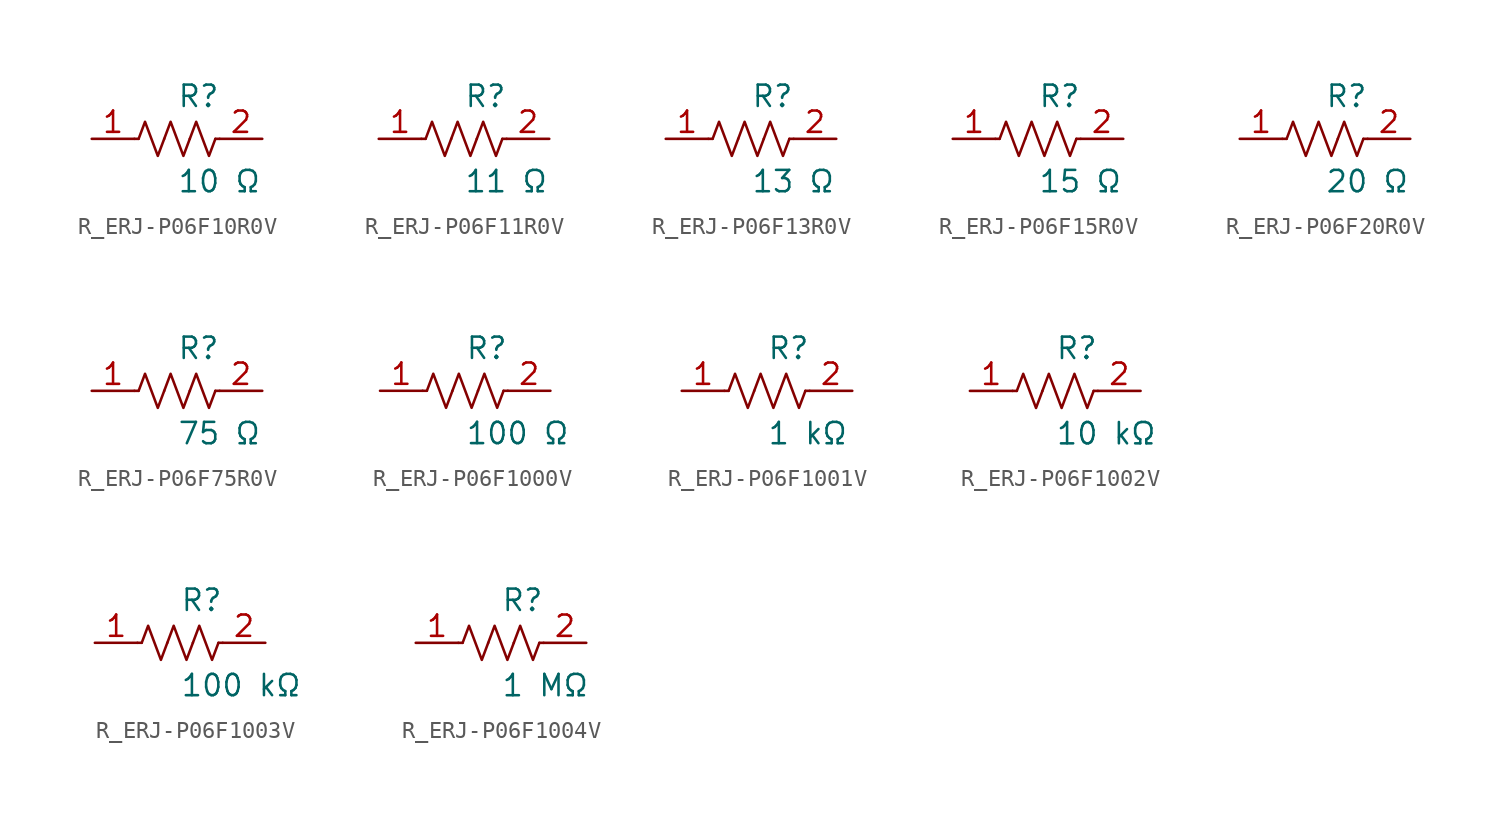
<source format=kicad_sym>
(kicad_symbol_lib
  (version 20231120)
  (generator kicad_symbol_editor)
  (generator_version 8.0)
  (symbol "R_ERJ-P06F10R0V"
    (pin_names
      (offset 0.254))
    (property "Reference" "R"
      (at 0.0 2.54 0)
      (effects (font (size 1.27 1.27)) (justify left)))
    (property "Value" "10 Ω"
      (at 0.0 -2.54 0)
      (effects (font (size 1.27 1.27)) (justify left)))
    (symbol "R_ERJ-P06F10R0V_0_1"
      (polyline (pts (xy 2.286 0) (xy 2.54 0)) (stroke (width 0) (type default)) (fill (type none)))
      (polyline (pts (xy -2.286 0) (xy -2.54 0)) (stroke (width 0) (type default)) (fill (type none)))
      (polyline (pts (xy 0.762 0) (xy 1.143 1.016) (xy 1.524 0) (xy 1.905 -1.016) (xy 2.286 0)) (stroke (width 0) (type default)) (fill (type none)))
      (polyline (pts (xy -0.762 0) (xy -0.381 1.016) (xy 0 0) (xy 0.381 -1.016) (xy 0.762 0)) (stroke (width 0) (type default)) (fill (type none)))
      (polyline (pts (xy -2.286 0) (xy -1.905 1.016) (xy -1.524 0) (xy -1.143 -1.016) (xy -0.762 0)) (stroke (width 0) (type default)) (fill (type none))))
    (pin unspecified line
      (at -5.08 0 0)
      (length 2.54)
      (name "" (effects (font (size 1.27 1.27))))
      (number "1" (effects (font (size 1.27 1.27)))))
    (pin unspecified line
      (at 5.08 0 180)
      (length 2.54)
      (name "" (effects (font (size 1.27 1.27))))
      (number "2" (effects (font (size 1.27 1.27))))))
  (symbol "R_ERJ-P06F11R0V"
    (pin_names
      (offset 0.254))
    (property "Reference" "R"
      (at 0.0 2.54 0)
      (effects (font (size 1.27 1.27)) (justify left)))
    (property "Value" "11 Ω"
      (at 0.0 -2.54 0)
      (effects (font (size 1.27 1.27)) (justify left)))
    (symbol "R_ERJ-P06F11R0V_0_1"
      (polyline (pts (xy 2.286 0) (xy 2.54 0)) (stroke (width 0) (type default)) (fill (type none)))
      (polyline (pts (xy -2.286 0) (xy -2.54 0)) (stroke (width 0) (type default)) (fill (type none)))
      (polyline (pts (xy 0.762 0) (xy 1.143 1.016) (xy 1.524 0) (xy 1.905 -1.016) (xy 2.286 0)) (stroke (width 0) (type default)) (fill (type none)))
      (polyline (pts (xy -0.762 0) (xy -0.381 1.016) (xy 0 0) (xy 0.381 -1.016) (xy 0.762 0)) (stroke (width 0) (type default)) (fill (type none)))
      (polyline (pts (xy -2.286 0) (xy -1.905 1.016) (xy -1.524 0) (xy -1.143 -1.016) (xy -0.762 0)) (stroke (width 0) (type default)) (fill (type none))))
    (pin unspecified line
      (at -5.08 0 0)
      (length 2.54)
      (name "" (effects (font (size 1.27 1.27))))
      (number "1" (effects (font (size 1.27 1.27)))))
    (pin unspecified line
      (at 5.08 0 180)
      (length 2.54)
      (name "" (effects (font (size 1.27 1.27))))
      (number "2" (effects (font (size 1.27 1.27))))))
  (symbol "R_ERJ-P06F13R0V"
    (pin_names
      (offset 0.254))
    (property "Reference" "R"
      (at 0.0 2.54 0)
      (effects (font (size 1.27 1.27)) (justify left)))
    (property "Value" "13 Ω"
      (at 0.0 -2.54 0)
      (effects (font (size 1.27 1.27)) (justify left)))
    (symbol "R_ERJ-P06F13R0V_0_1"
      (polyline (pts (xy 2.286 0) (xy 2.54 0)) (stroke (width 0) (type default)) (fill (type none)))
      (polyline (pts (xy -2.286 0) (xy -2.54 0)) (stroke (width 0) (type default)) (fill (type none)))
      (polyline (pts (xy 0.762 0) (xy 1.143 1.016) (xy 1.524 0) (xy 1.905 -1.016) (xy 2.286 0)) (stroke (width 0) (type default)) (fill (type none)))
      (polyline (pts (xy -0.762 0) (xy -0.381 1.016) (xy 0 0) (xy 0.381 -1.016) (xy 0.762 0)) (stroke (width 0) (type default)) (fill (type none)))
      (polyline (pts (xy -2.286 0) (xy -1.905 1.016) (xy -1.524 0) (xy -1.143 -1.016) (xy -0.762 0)) (stroke (width 0) (type default)) (fill (type none))))
    (pin unspecified line
      (at -5.08 0 0)
      (length 2.54)
      (name "" (effects (font (size 1.27 1.27))))
      (number "1" (effects (font (size 1.27 1.27)))))
    (pin unspecified line
      (at 5.08 0 180)
      (length 2.54)
      (name "" (effects (font (size 1.27 1.27))))
      (number "2" (effects (font (size 1.27 1.27))))))
  (symbol "R_ERJ-P06F15R0V"
    (pin_names
      (offset 0.254))
    (property "Reference" "R"
      (at 0.0 2.54 0)
      (effects (font (size 1.27 1.27)) (justify left)))
    (property "Value" "15 Ω"
      (at 0.0 -2.54 0)
      (effects (font (size 1.27 1.27)) (justify left)))
    (symbol "R_ERJ-P06F15R0V_0_1"
      (polyline (pts (xy 2.286 0) (xy 2.54 0)) (stroke (width 0) (type default)) (fill (type none)))
      (polyline (pts (xy -2.286 0) (xy -2.54 0)) (stroke (width 0) (type default)) (fill (type none)))
      (polyline (pts (xy 0.762 0) (xy 1.143 1.016) (xy 1.524 0) (xy 1.905 -1.016) (xy 2.286 0)) (stroke (width 0) (type default)) (fill (type none)))
      (polyline (pts (xy -0.762 0) (xy -0.381 1.016) (xy 0 0) (xy 0.381 -1.016) (xy 0.762 0)) (stroke (width 0) (type default)) (fill (type none)))
      (polyline (pts (xy -2.286 0) (xy -1.905 1.016) (xy -1.524 0) (xy -1.143 -1.016) (xy -0.762 0)) (stroke (width 0) (type default)) (fill (type none))))
    (pin unspecified line
      (at -5.08 0 0)
      (length 2.54)
      (name "" (effects (font (size 1.27 1.27))))
      (number "1" (effects (font (size 1.27 1.27)))))
    (pin unspecified line
      (at 5.08 0 180)
      (length 2.54)
      (name "" (effects (font (size 1.27 1.27))))
      (number "2" (effects (font (size 1.27 1.27))))))
  (symbol "R_ERJ-P06F20R0V"
    (pin_names
      (offset 0.254))
    (property "Reference" "R"
      (at 0.0 2.54 0)
      (effects (font (size 1.27 1.27)) (justify left)))
    (property "Value" "20 Ω"
      (at 0.0 -2.54 0)
      (effects (font (size 1.27 1.27)) (justify left)))
    (symbol "R_ERJ-P06F20R0V_0_1"
      (polyline (pts (xy 2.286 0) (xy 2.54 0)) (stroke (width 0) (type default)) (fill (type none)))
      (polyline (pts (xy -2.286 0) (xy -2.54 0)) (stroke (width 0) (type default)) (fill (type none)))
      (polyline (pts (xy 0.762 0) (xy 1.143 1.016) (xy 1.524 0) (xy 1.905 -1.016) (xy 2.286 0)) (stroke (width 0) (type default)) (fill (type none)))
      (polyline (pts (xy -0.762 0) (xy -0.381 1.016) (xy 0 0) (xy 0.381 -1.016) (xy 0.762 0)) (stroke (width 0) (type default)) (fill (type none)))
      (polyline (pts (xy -2.286 0) (xy -1.905 1.016) (xy -1.524 0) (xy -1.143 -1.016) (xy -0.762 0)) (stroke (width 0) (type default)) (fill (type none))))
    (pin unspecified line
      (at -5.08 0 0)
      (length 2.54)
      (name "" (effects (font (size 1.27 1.27))))
      (number "1" (effects (font (size 1.27 1.27)))))
    (pin unspecified line
      (at 5.08 0 180)
      (length 2.54)
      (name "" (effects (font (size 1.27 1.27))))
      (number "2" (effects (font (size 1.27 1.27))))))
  (symbol "R_ERJ-P06F75R0V"
    (pin_names
      (offset 0.254))
    (property "Reference" "R"
      (at 0.0 2.54 0)
      (effects (font (size 1.27 1.27)) (justify left)))
    (property "Value" "75 Ω"
      (at 0.0 -2.54 0)
      (effects (font (size 1.27 1.27)) (justify left)))
    (symbol "R_ERJ-P06F75R0V_0_1"
      (polyline (pts (xy 2.286 0) (xy 2.54 0)) (stroke (width 0) (type default)) (fill (type none)))
      (polyline (pts (xy -2.286 0) (xy -2.54 0)) (stroke (width 0) (type default)) (fill (type none)))
      (polyline (pts (xy 0.762 0) (xy 1.143 1.016) (xy 1.524 0) (xy 1.905 -1.016) (xy 2.286 0)) (stroke (width 0) (type default)) (fill (type none)))
      (polyline (pts (xy -0.762 0) (xy -0.381 1.016) (xy 0 0) (xy 0.381 -1.016) (xy 0.762 0)) (stroke (width 0) (type default)) (fill (type none)))
      (polyline (pts (xy -2.286 0) (xy -1.905 1.016) (xy -1.524 0) (xy -1.143 -1.016) (xy -0.762 0)) (stroke (width 0) (type default)) (fill (type none))))
    (pin unspecified line
      (at -5.08 0 0)
      (length 2.54)
      (name "" (effects (font (size 1.27 1.27))))
      (number "1" (effects (font (size 1.27 1.27)))))
    (pin unspecified line
      (at 5.08 0 180)
      (length 2.54)
      (name "" (effects (font (size 1.27 1.27))))
      (number "2" (effects (font (size 1.27 1.27))))))
  (symbol "R_ERJ-P06F1000V"
    (pin_names
      (offset 0.254))
    (property "Reference" "R"
      (at 0.0 2.54 0)
      (effects (font (size 1.27 1.27)) (justify left)))
    (property "Value" "100 Ω"
      (at 0.0 -2.54 0)
      (effects (font (size 1.27 1.27)) (justify left)))
    (symbol "R_ERJ-P06F1000V_0_1"
      (polyline (pts (xy 2.286 0) (xy 2.54 0)) (stroke (width 0) (type default)) (fill (type none)))
      (polyline (pts (xy -2.286 0) (xy -2.54 0)) (stroke (width 0) (type default)) (fill (type none)))
      (polyline (pts (xy 0.762 0) (xy 1.143 1.016) (xy 1.524 0) (xy 1.905 -1.016) (xy 2.286 0)) (stroke (width 0) (type default)) (fill (type none)))
      (polyline (pts (xy -0.762 0) (xy -0.381 1.016) (xy 0 0) (xy 0.381 -1.016) (xy 0.762 0)) (stroke (width 0) (type default)) (fill (type none)))
      (polyline (pts (xy -2.286 0) (xy -1.905 1.016) (xy -1.524 0) (xy -1.143 -1.016) (xy -0.762 0)) (stroke (width 0) (type default)) (fill (type none))))
    (pin unspecified line
      (at -5.08 0 0)
      (length 2.54)
      (name "" (effects (font (size 1.27 1.27))))
      (number "1" (effects (font (size 1.27 1.27)))))
    (pin unspecified line
      (at 5.08 0 180)
      (length 2.54)
      (name "" (effects (font (size 1.27 1.27))))
      (number "2" (effects (font (size 1.27 1.27))))))
  (symbol "R_ERJ-P06F1001V"
    (pin_names
      (offset 0.254))
    (property "Reference" "R"
      (at 0.0 2.54 0)
      (effects (font (size 1.27 1.27)) (justify left)))
    (property "Value" "1 kΩ"
      (at 0.0 -2.54 0)
      (effects (font (size 1.27 1.27)) (justify left)))
    (symbol "R_ERJ-P06F1001V_0_1"
      (polyline (pts (xy 2.286 0) (xy 2.54 0)) (stroke (width 0) (type default)) (fill (type none)))
      (polyline (pts (xy -2.286 0) (xy -2.54 0)) (stroke (width 0) (type default)) (fill (type none)))
      (polyline (pts (xy 0.762 0) (xy 1.143 1.016) (xy 1.524 0) (xy 1.905 -1.016) (xy 2.286 0)) (stroke (width 0) (type default)) (fill (type none)))
      (polyline (pts (xy -0.762 0) (xy -0.381 1.016) (xy 0 0) (xy 0.381 -1.016) (xy 0.762 0)) (stroke (width 0) (type default)) (fill (type none)))
      (polyline (pts (xy -2.286 0) (xy -1.905 1.016) (xy -1.524 0) (xy -1.143 -1.016) (xy -0.762 0)) (stroke (width 0) (type default)) (fill (type none))))
    (pin unspecified line
      (at -5.08 0 0)
      (length 2.54)
      (name "" (effects (font (size 1.27 1.27))))
      (number "1" (effects (font (size 1.27 1.27)))))
    (pin unspecified line
      (at 5.08 0 180)
      (length 2.54)
      (name "" (effects (font (size 1.27 1.27))))
      (number "2" (effects (font (size 1.27 1.27))))))
  (symbol "R_ERJ-P06F1002V"
    (pin_names
      (offset 0.254))
    (property "Reference" "R"
      (at 0.0 2.54 0)
      (effects (font (size 1.27 1.27)) (justify left)))
    (property "Value" "10 kΩ"
      (at 0.0 -2.54 0)
      (effects (font (size 1.27 1.27)) (justify left)))
    (symbol "R_ERJ-P06F1002V_0_1"
      (polyline (pts (xy 2.286 0) (xy 2.54 0)) (stroke (width 0) (type default)) (fill (type none)))
      (polyline (pts (xy -2.286 0) (xy -2.54 0)) (stroke (width 0) (type default)) (fill (type none)))
      (polyline (pts (xy 0.762 0) (xy 1.143 1.016) (xy 1.524 0) (xy 1.905 -1.016) (xy 2.286 0)) (stroke (width 0) (type default)) (fill (type none)))
      (polyline (pts (xy -0.762 0) (xy -0.381 1.016) (xy 0 0) (xy 0.381 -1.016) (xy 0.762 0)) (stroke (width 0) (type default)) (fill (type none)))
      (polyline (pts (xy -2.286 0) (xy -1.905 1.016) (xy -1.524 0) (xy -1.143 -1.016) (xy -0.762 0)) (stroke (width 0) (type default)) (fill (type none))))
    (pin unspecified line
      (at -5.08 0 0)
      (length 2.54)
      (name "" (effects (font (size 1.27 1.27))))
      (number "1" (effects (font (size 1.27 1.27)))))
    (pin unspecified line
      (at 5.08 0 180)
      (length 2.54)
      (name "" (effects (font (size 1.27 1.27))))
      (number "2" (effects (font (size 1.27 1.27))))))
  (symbol "R_ERJ-P06F1003V"
    (pin_names
      (offset 0.254))
    (property "Reference" "R"
      (at 0.0 2.54 0)
      (effects (font (size 1.27 1.27)) (justify left)))
    (property "Value" "100 kΩ"
      (at 0.0 -2.54 0)
      (effects (font (size 1.27 1.27)) (justify left)))
    (symbol "R_ERJ-P06F1003V_0_1"
      (polyline (pts (xy 2.286 0) (xy 2.54 0)) (stroke (width 0) (type default)) (fill (type none)))
      (polyline (pts (xy -2.286 0) (xy -2.54 0)) (stroke (width 0) (type default)) (fill (type none)))
      (polyline (pts (xy 0.762 0) (xy 1.143 1.016) (xy 1.524 0) (xy 1.905 -1.016) (xy 2.286 0)) (stroke (width 0) (type default)) (fill (type none)))
      (polyline (pts (xy -0.762 0) (xy -0.381 1.016) (xy 0 0) (xy 0.381 -1.016) (xy 0.762 0)) (stroke (width 0) (type default)) (fill (type none)))
      (polyline (pts (xy -2.286 0) (xy -1.905 1.016) (xy -1.524 0) (xy -1.143 -1.016) (xy -0.762 0)) (stroke (width 0) (type default)) (fill (type none))))
    (pin unspecified line
      (at -5.08 0 0)
      (length 2.54)
      (name "" (effects (font (size 1.27 1.27))))
      (number "1" (effects (font (size 1.27 1.27)))))
    (pin unspecified line
      (at 5.08 0 180)
      (length 2.54)
      (name "" (effects (font (size 1.27 1.27))))
      (number "2" (effects (font (size 1.27 1.27))))))
  (symbol "R_ERJ-P06F1004V"
    (pin_names
      (offset 0.254))
    (property "Reference" "R"
      (at 0.0 2.54 0)
      (effects (font (size 1.27 1.27)) (justify left)))
    (property "Value" "1 MΩ"
      (at 0.0 -2.54 0)
      (effects (font (size 1.27 1.27)) (justify left)))
    (symbol "R_ERJ-P06F1004V_0_1"
      (polyline (pts (xy 2.286 0) (xy 2.54 0)) (stroke (width 0) (type default)) (fill (type none)))
      (polyline (pts (xy -2.286 0) (xy -2.54 0)) (stroke (width 0) (type default)) (fill (type none)))
      (polyline (pts (xy 0.762 0) (xy 1.143 1.016) (xy 1.524 0) (xy 1.905 -1.016) (xy 2.286 0)) (stroke (width 0) (type default)) (fill (type none)))
      (polyline (pts (xy -0.762 0) (xy -0.381 1.016) (xy 0 0) (xy 0.381 -1.016) (xy 0.762 0)) (stroke (width 0) (type default)) (fill (type none)))
      (polyline (pts (xy -2.286 0) (xy -1.905 1.016) (xy -1.524 0) (xy -1.143 -1.016) (xy -0.762 0)) (stroke (width 0) (type default)) (fill (type none))))
    (pin unspecified line
      (at -5.08 0 0)
      (length 2.54)
      (name "" (effects (font (size 1.27 1.27))))
      (number "1" (effects (font (size 1.27 1.27)))))
    (pin unspecified line
      (at 5.08 0 180)
      (length 2.54)
      (name "" (effects (font (size 1.27 1.27))))
      (number "2" (effects (font (size 1.27 1.27)))))))
</source>
